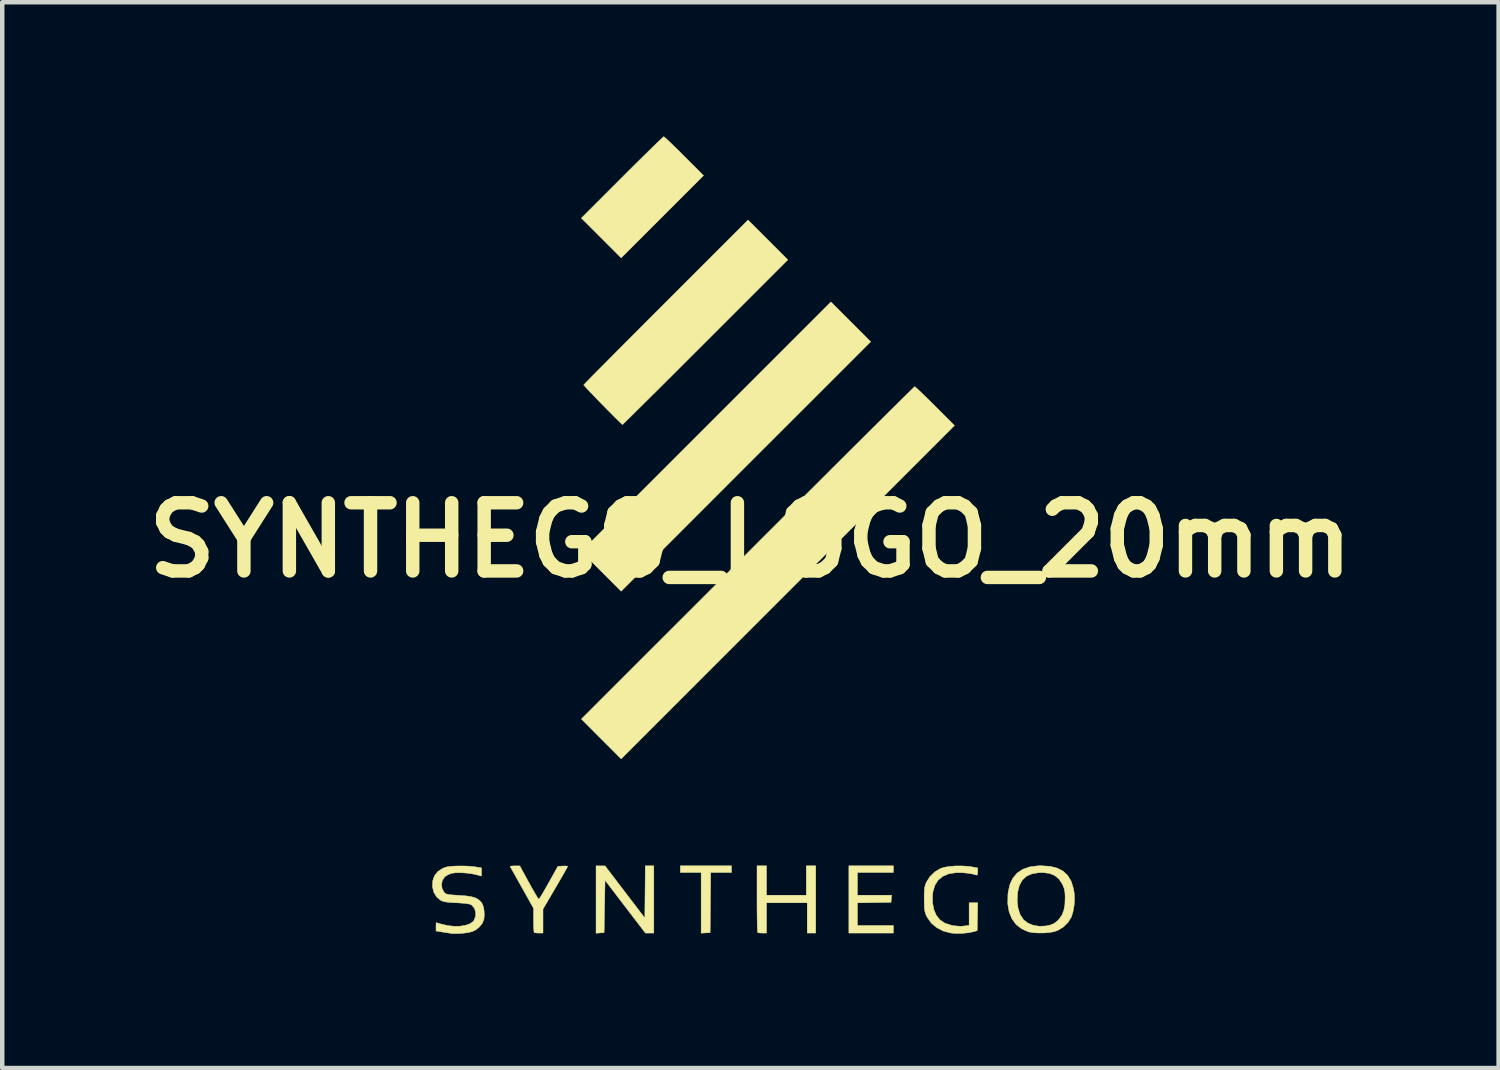
<source format=kicad_pcb>
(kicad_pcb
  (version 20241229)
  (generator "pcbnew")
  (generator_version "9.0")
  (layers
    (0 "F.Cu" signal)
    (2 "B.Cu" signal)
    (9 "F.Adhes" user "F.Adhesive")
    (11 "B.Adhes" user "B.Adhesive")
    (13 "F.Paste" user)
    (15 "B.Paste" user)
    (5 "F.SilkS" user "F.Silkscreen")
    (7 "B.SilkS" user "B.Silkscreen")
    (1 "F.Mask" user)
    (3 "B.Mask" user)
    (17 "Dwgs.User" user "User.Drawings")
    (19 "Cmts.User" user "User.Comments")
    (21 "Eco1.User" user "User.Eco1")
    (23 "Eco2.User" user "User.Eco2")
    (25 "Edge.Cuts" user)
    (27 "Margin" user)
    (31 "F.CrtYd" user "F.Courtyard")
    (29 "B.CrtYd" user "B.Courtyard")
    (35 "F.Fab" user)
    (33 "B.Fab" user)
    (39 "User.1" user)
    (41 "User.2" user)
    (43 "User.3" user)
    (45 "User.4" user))
  (footprint "SYNTHEGO_LOGO_20mm"
    (layer "F.Cu")
    (at 13.723 9.022)
    (property "Reference" "SYNTHEGO_LOGO_20mm" (at 0 0 0) (layer "F.SilkS") (effects (font (size 1.524 1.524) (thickness 0.3))))
    (attr exclude_from_pos_files exclude_from_bom)
    (fp_poly (pts (xy 2.688 -4.434) (xy -0.101 -1.646) (xy -2.889 1.143) (xy -3.778 0.254) (xy -0.989 -2.535) (xy 1.799 -5.323) (xy 2.688 -4.434)) (stroke (width 0.01) (type solid)) (fill yes) (layer "F.SilkS"))
    (fp_poly (pts (xy -0.423 7.429) (xy -0.888 7.429) (xy -0.894 8.102) (xy -0.9 8.774) (xy -1 8.78) (xy -1.101 8.786) (xy -1.101 7.429) (xy -1.566 7.429) (xy -1.566 7.281) (xy -0.423 7.281) (xy -0.423 7.429)) (stroke (width 0.01) (type solid)) (fill yes) (layer "F.SilkS"))
    (fp_poly (pts (xy 3.196 7.429) (xy 2.392 7.429) (xy 2.392 7.938) (xy 3.156 7.938) (xy 3.15 8.017) (xy 3.143 8.096) (xy 2.768 8.102) (xy 2.392 8.108) (xy 2.392 8.615) (xy 3.196 8.615) (xy 3.196 8.784) (xy 2.201 8.784) (xy 2.201 7.281) (xy 3.196 7.281) (xy 3.196 7.429)) (stroke (width 0.01) (type solid)) (fill yes) (layer "F.SilkS"))
    (fp_poly (pts (xy -2.159 8.784) (xy -2.346 8.784) (xy -2.798 8.194) (xy -3.249 7.603) (xy -3.26 8.188) (xy -3.27 8.774) (xy -3.36 8.78) (xy -3.45 8.787) (xy -3.45 7.281) (xy -3.35 7.282) (xy -3.249 7.283) (xy -2.805 7.865) (xy -2.36 8.448) (xy -2.349 7.281) (xy -2.159 7.281) (xy -2.159 8.784)) (stroke (width 0.01) (type solid)) (fill yes) (layer "F.SilkS"))
    (fp_poly (pts (xy -1.917 -9.003) (xy -1.871 -8.962) (xy -1.803 -8.898) (xy -1.718 -8.816) (xy -1.618 -8.719) (xy -1.509 -8.61) (xy -1.482 -8.583) (xy -1.048 -8.149) (xy -1.969 -7.228) (xy -2.889 -6.308) (xy -3.778 -7.197) (xy -2.868 -8.107) (xy -2.706 -8.269) (xy -2.552 -8.422) (xy -2.409 -8.563) (xy -2.28 -8.69) (xy -2.168 -8.8) (xy -2.075 -8.89) (xy -2.003 -8.958) (xy -1.957 -9.001) (xy -1.937 -9.017) (xy -1.937 -9.017) (xy -1.917 -9.003)) (stroke (width 0.01) (type solid)) (fill yes) (layer "F.SilkS"))
    (fp_poly (pts (xy 0.36 7.938) (xy 1.249 7.938) (xy 1.249 7.281) (xy 1.46 7.281) (xy 1.46 8.784) (xy 1.27 8.784) (xy 1.27 8.107) (xy 0.36 8.107) (xy 0.36 8.784) (xy 0.268 8.784) (xy 0.209 8.781) (xy 0.169 8.774) (xy 0.162 8.77) (xy 0.159 8.746) (xy 0.156 8.685) (xy 0.153 8.592) (xy 0.151 8.47) (xy 0.149 8.326) (xy 0.148 8.165) (xy 0.148 8.019) (xy 0.148 7.281) (xy 0.36 7.281) (xy 0.36 7.938)) (stroke (width 0.01) (type solid)) (fill yes) (layer "F.SilkS"))
    (fp_poly (pts (xy 3.692 -3.415) (xy 3.738 -3.374) (xy 3.806 -3.31) (xy 3.891 -3.228) (xy 3.991 -3.131) (xy 4.1 -3.022) (xy 4.128 -2.995) (xy 4.561 -2.561) (xy -2.889 4.89) (xy -3.334 4.445) (xy -3.778 4) (xy -0.063 0.286) (xy 0.268 -0.046) (xy 0.592 -0.369) (xy 0.906 -0.684) (xy 1.211 -0.987) (xy 1.504 -1.279) (xy 1.783 -1.558) (xy 2.049 -1.823) (xy 2.299 -2.072) (xy 2.533 -2.305) (xy 2.748 -2.519) (xy 2.945 -2.714) (xy 3.12 -2.888) (xy 3.274 -3.04) (xy 3.405 -3.169) (xy 3.511 -3.274) (xy 3.592 -3.352) (xy 3.645 -3.404) (xy 3.671 -3.428) (xy 3.673 -3.429) (xy 3.692 -3.415)) (stroke (width 0.01) (type solid)) (fill yes) (layer "F.SilkS"))
    (fp_poly (pts (xy 0.392 -6.71) (xy 0.836 -6.265) (xy -1.005 -4.424) (xy -1.238 -4.192) (xy -1.462 -3.968) (xy -1.676 -3.754) (xy -1.878 -3.553) (xy -2.066 -3.365) (xy -2.239 -3.194) (xy -2.395 -3.039) (xy -2.531 -2.904) (xy -2.646 -2.79) (xy -2.738 -2.7) (xy -2.806 -2.633) (xy -2.847 -2.594) (xy -2.86 -2.582) (xy -2.878 -2.597) (xy -2.922 -2.638) (xy -2.987 -2.702) (xy -3.07 -2.785) (xy -3.167 -2.883) (xy -3.275 -2.993) (xy -3.3 -3.018) (xy -3.409 -3.13) (xy -3.507 -3.232) (xy -3.592 -3.321) (xy -3.659 -3.392) (xy -3.704 -3.442) (xy -3.725 -3.466) (xy -3.725 -3.468) (xy -3.711 -3.484) (xy -3.668 -3.529) (xy -3.599 -3.6) (xy -3.505 -3.695) (xy -3.389 -3.813) (xy -3.251 -3.951) (xy -3.095 -4.109) (xy -2.921 -4.284) (xy -2.732 -4.474) (xy -2.529 -4.677) (xy -2.315 -4.892) (xy -2.09 -5.117) (xy -1.889 -5.318) (xy -0.053 -7.154) (xy 0.392 -6.71)) (stroke (width 0.01) (type solid)) (fill yes) (layer "F.SilkS"))
    (fp_poly (pts (xy -5.154 7.283) (xy -4.95 7.658) (xy -4.888 7.771) (xy -4.831 7.87) (xy -4.784 7.949) (xy -4.749 8.003) (xy -4.73 8.026) (xy -4.728 8.027) (xy -4.712 8.007) (xy -4.68 7.956) (xy -4.634 7.88) (xy -4.578 7.783) (xy -4.515 7.672) (xy -4.506 7.656) (xy -4.303 7.292) (xy -4.194 7.286) (xy -4.133 7.284) (xy -4.093 7.289) (xy -4.085 7.294) (xy -4.095 7.315) (xy -4.124 7.368) (xy -4.169 7.448) (xy -4.227 7.548) (xy -4.295 7.666) (xy -4.36 7.778) (xy -4.636 8.248) (xy -4.636 8.784) (xy -4.727 8.784) (xy -4.787 8.781) (xy -4.826 8.774) (xy -4.833 8.77) (xy -4.838 8.745) (xy -4.843 8.685) (xy -4.846 8.601) (xy -4.847 8.501) (xy -4.847 8.493) (xy -4.847 8.23) (xy -5.104 7.771) (xy -5.175 7.645) (xy -5.239 7.53) (xy -5.293 7.433) (xy -5.335 7.358) (xy -5.362 7.311) (xy -5.37 7.297) (xy -5.356 7.289) (xy -5.311 7.283) (xy -5.266 7.282) (xy -5.154 7.283)) (stroke (width 0.01) (type solid)) (fill yes) (layer "F.SilkS"))
    (fp_poly (pts (xy 4.854 7.291) (xy 4.935 7.302) (xy 5.08 7.328) (xy 5.08 7.413) (xy 5.076 7.468) (xy 5.063 7.488) (xy 5.05 7.486) (xy 4.965 7.463) (xy 4.853 7.445) (xy 4.731 7.434) (xy 4.614 7.433) (xy 4.596 7.434) (xy 4.433 7.459) (xy 4.3 7.515) (xy 4.196 7.601) (xy 4.123 7.716) (xy 4.08 7.86) (xy 4.071 7.931) (xy 4.071 8.104) (xy 4.1 8.258) (xy 4.156 8.389) (xy 4.239 8.491) (xy 4.345 8.562) (xy 4.345 8.562) (xy 4.517 8.618) (xy 4.696 8.633) (xy 4.773 8.626) (xy 4.889 8.612) (xy 4.889 8.107) (xy 5.081 8.107) (xy 5.075 8.418) (xy 5.069 8.729) (xy 4.984 8.754) (xy 4.871 8.777) (xy 4.737 8.79) (xy 4.6 8.793) (xy 4.481 8.783) (xy 4.313 8.739) (xy 4.166 8.664) (xy 4.044 8.561) (xy 3.953 8.434) (xy 3.934 8.397) (xy 3.913 8.345) (xy 3.899 8.293) (xy 3.89 8.231) (xy 3.886 8.15) (xy 3.885 8.038) (xy 3.884 8.022) (xy 3.885 7.906) (xy 3.889 7.822) (xy 3.896 7.76) (xy 3.91 7.708) (xy 3.93 7.657) (xy 3.934 7.647) (xy 4.012 7.523) (xy 4.121 7.417) (xy 4.252 7.339) (xy 4.252 7.339) (xy 4.337 7.313) (xy 4.451 7.295) (xy 4.584 7.284) (xy 4.722 7.283) (xy 4.854 7.291)) (stroke (width 0.01) (type solid)) (fill yes) (layer "F.SilkS"))
    (fp_poly (pts (xy 6.693 7.292) (xy 6.855 7.331) (xy 6.987 7.398) (xy 7.09 7.494) (xy 7.167 7.62) (xy 7.218 7.78) (xy 7.238 7.89) (xy 7.245 8.024) (xy 7.235 8.17) (xy 7.21 8.31) (xy 7.174 8.424) (xy 7.1 8.545) (xy 6.995 8.648) (xy 6.87 8.724) (xy 6.8 8.749) (xy 6.7 8.769) (xy 6.579 8.78) (xy 6.451 8.782) (xy 6.331 8.776) (xy 6.234 8.761) (xy 6.212 8.755) (xy 6.06 8.687) (xy 5.937 8.589) (xy 5.845 8.463) (xy 5.783 8.31) (xy 5.753 8.132) (xy 5.754 8.065) (xy 5.963 8.065) (xy 5.982 8.227) (xy 6.028 8.368) (xy 6.099 8.479) (xy 6.104 8.485) (xy 6.2 8.56) (xy 6.321 8.61) (xy 6.46 8.632) (xy 6.607 8.625) (xy 6.705 8.604) (xy 6.792 8.567) (xy 6.867 8.508) (xy 6.897 8.476) (xy 6.963 8.383) (xy 7.006 8.275) (xy 7.03 8.144) (xy 7.035 7.985) (xy 7.031 7.886) (xy 7.02 7.812) (xy 6.998 7.746) (xy 6.972 7.689) (xy 6.899 7.577) (xy 6.805 7.499) (xy 6.688 7.451) (xy 6.543 7.432) (xy 6.443 7.434) (xy 6.291 7.46) (xy 6.169 7.514) (xy 6.077 7.6) (xy 6.012 7.717) (xy 5.974 7.866) (xy 5.972 7.885) (xy 5.963 8.065) (xy 5.754 8.065) (xy 5.756 7.928) (xy 5.761 7.878) (xy 5.798 7.703) (xy 5.865 7.558) (xy 5.961 7.444) (xy 6.087 7.359) (xy 6.242 7.305) (xy 6.428 7.281) (xy 6.498 7.279) (xy 6.693 7.292)) (stroke (width 0.01) (type solid)) (fill yes) (layer "F.SilkS"))
    (fp_poly (pts (xy -6.314 7.288) (xy -6.21 7.296) (xy -6.161 7.302) (xy -6.011 7.327) (xy -6.011 7.51) (xy -6.122 7.48) (xy -6.23 7.457) (xy -6.354 7.442) (xy -6.479 7.435) (xy -6.592 7.436) (xy -6.679 7.448) (xy -6.687 7.45) (xy -6.76 7.48) (xy -6.827 7.523) (xy -6.84 7.535) (xy -6.887 7.61) (xy -6.904 7.7) (xy -6.891 7.791) (xy -6.851 7.866) (xy -6.829 7.889) (xy -6.805 7.906) (xy -6.772 7.917) (xy -6.72 7.926) (xy -6.644 7.933) (xy -6.535 7.94) (xy -6.509 7.941) (xy -6.358 7.953) (xy -6.242 7.97) (xy -6.153 7.995) (xy -6.086 8.03) (xy -6.032 8.078) (xy -6.004 8.111) (xy -5.975 8.176) (xy -5.955 8.267) (xy -5.948 8.37) (xy -5.955 8.468) (xy -5.957 8.478) (xy -5.992 8.564) (xy -6.058 8.647) (xy -6.143 8.715) (xy -6.219 8.751) (xy -6.306 8.772) (xy -6.416 8.787) (xy -6.532 8.796) (xy -6.634 8.796) (xy -6.678 8.792) (xy -6.732 8.784) (xy -6.81 8.772) (xy -6.884 8.761) (xy -7.027 8.738) (xy -7.027 8.645) (xy -7.026 8.589) (xy -7.024 8.555) (xy -7.022 8.552) (xy -7.001 8.557) (xy -6.951 8.572) (xy -6.912 8.583) (xy -6.768 8.617) (xy -6.624 8.632) (xy -6.488 8.63) (xy -6.366 8.61) (xy -6.266 8.575) (xy -6.197 8.525) (xy -6.18 8.503) (xy -6.144 8.41) (xy -6.141 8.315) (xy -6.169 8.228) (xy -6.226 8.161) (xy -6.251 8.145) (xy -6.289 8.134) (xy -6.361 8.123) (xy -6.457 8.114) (xy -6.566 8.107) (xy -6.573 8.107) (xy -6.696 8.1) (xy -6.784 8.092) (xy -6.848 8.081) (xy -6.894 8.066) (xy -6.922 8.052) (xy -7.014 7.975) (xy -7.076 7.872) (xy -7.106 7.751) (xy -7.101 7.62) (xy -7.062 7.504) (xy -6.987 7.409) (xy -6.89 7.345) (xy -6.834 7.32) (xy -6.778 7.304) (xy -6.708 7.294) (xy -6.615 7.287) (xy -6.548 7.285) (xy -6.432 7.284) (xy -6.314 7.288)) (stroke (width 0.01) (type solid)) (fill yes) (layer "F.SilkS")))
  (gr_rect
    (start -3 -3)
    (end 30.447 20.823)
    (stroke (width 0.1) (type default))
    (fill no)
    (layer "Edge.Cuts")))
</source>
